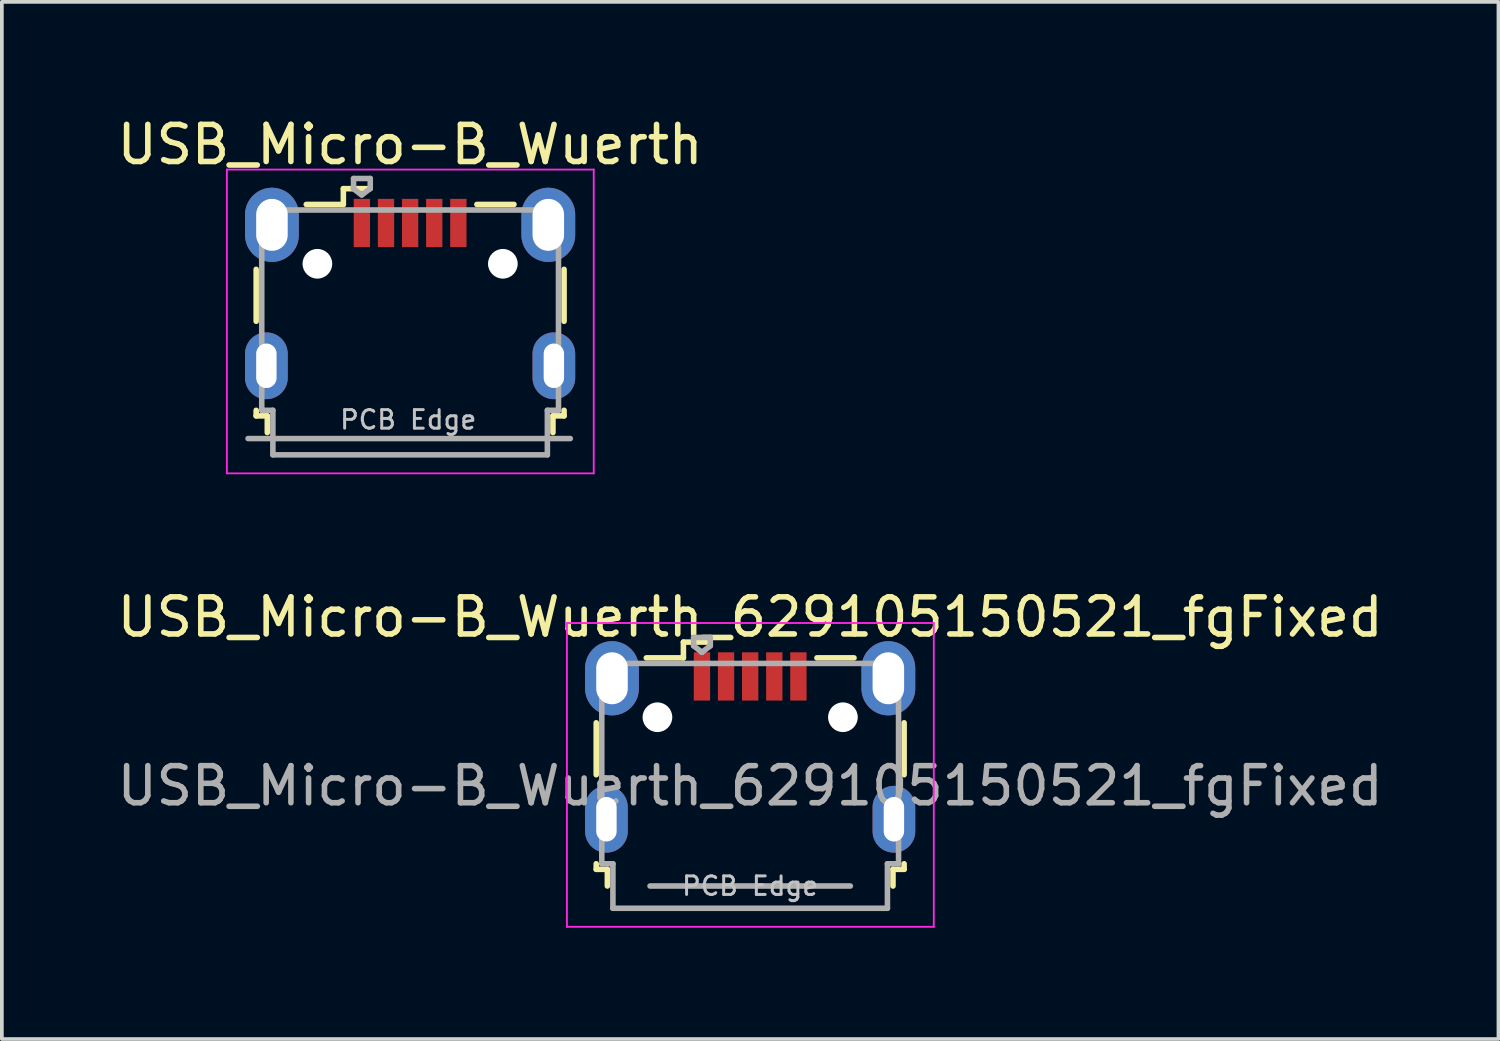
<source format=kicad_pcb>
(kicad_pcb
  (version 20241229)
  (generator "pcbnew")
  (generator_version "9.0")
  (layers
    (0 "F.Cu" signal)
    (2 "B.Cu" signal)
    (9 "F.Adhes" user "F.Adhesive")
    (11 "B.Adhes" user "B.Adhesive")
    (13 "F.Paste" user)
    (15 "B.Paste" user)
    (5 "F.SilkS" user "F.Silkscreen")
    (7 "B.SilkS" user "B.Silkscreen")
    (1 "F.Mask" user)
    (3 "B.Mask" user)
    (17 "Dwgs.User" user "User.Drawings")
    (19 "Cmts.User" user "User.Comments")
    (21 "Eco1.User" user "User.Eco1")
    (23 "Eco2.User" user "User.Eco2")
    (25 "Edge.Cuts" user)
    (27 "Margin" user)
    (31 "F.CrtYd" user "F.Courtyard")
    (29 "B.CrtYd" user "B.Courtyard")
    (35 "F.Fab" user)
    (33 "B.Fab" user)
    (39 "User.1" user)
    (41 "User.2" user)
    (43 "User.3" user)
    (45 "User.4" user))
  (footprint "USB_Micro-B_Wuerth"
    (layer "F.Cu")
    (at 8.006 4.861)
    (property "Reference" "USB_Micro-B_Wuerth" (at 0 -4.013 180) (layer "F.SilkS") (effects (font (size 1 1) (thickness 0.15))))
    (attr smd)
    (fp_line (start -4.15 -0.65) (end -4.15 0.75) (stroke (width 0.15) (type solid)) (layer "F.SilkS"))
    (fp_line (start -4.15 3.15) (end -4.15 3.3) (stroke (width 0.15) (type solid)) (layer "F.SilkS"))
    (fp_line (start -4.15 3.3) (end -3.85 3.3) (stroke (width 0.15) (type solid)) (layer "F.SilkS"))
    (fp_line (start -3.85 3.3) (end -3.85 3.75) (stroke (width 0.15) (type solid)) (layer "F.SilkS"))
    (fp_line (start -1.8 -2.825) (end -1.8 -2.4) (stroke (width 0.15) (type solid)) (layer "F.SilkS"))
    (fp_line (start -1.8 -2.4) (end -2.8 -2.4) (stroke (width 0.15) (type solid)) (layer "F.SilkS"))
    (fp_line (start -1.075 -2.825) (end -1.8 -2.825) (stroke (width 0.15) (type solid)) (layer "F.SilkS"))
    (fp_line (start 1.8 -2.4) (end 2.8 -2.4) (stroke (width 0.15) (type solid)) (layer "F.SilkS"))
    (fp_line (start 3.85 3.3) (end 4.15 3.3) (stroke (width 0.15) (type solid)) (layer "F.SilkS"))
    (fp_line (start 3.85 3.75) (end 3.85 3.3) (stroke (width 0.15) (type solid)) (layer "F.SilkS"))
    (fp_line (start 4.15 0.75) (end 4.15 -0.65) (stroke (width 0.15) (type solid)) (layer "F.SilkS"))
    (fp_line (start 4.15 3.3) (end 4.15 3.15) (stroke (width 0.15) (type solid)) (layer "F.SilkS"))
    (fp_line (start -4.94 -3.34) (end -4.94 4.85) (stroke (width 0.05) (type solid)) (layer "F.CrtYd"))
    (fp_line (start -4.94 4.85) (end 4.95 4.85) (stroke (width 0.05) (type solid)) (layer "F.CrtYd"))
    (fp_line (start 4.95 -3.34) (end -4.94 -3.34) (stroke (width 0.05) (type solid)) (layer "F.CrtYd"))
    (fp_line (start 4.95 4.85) (end 4.95 -3.34) (stroke (width 0.05) (type solid)) (layer "F.CrtYd"))
    (fp_line (start -4.369 3.912) (end 4.318 3.912) (stroke (width 0.15) (type solid)) (layer "F.Fab"))
    (fp_line (start -4 -2.25) (end -4 3.15) (stroke (width 0.15) (type solid)) (layer "F.Fab"))
    (fp_line (start -4 3.15) (end -3.7 3.15) (stroke (width 0.15) (type solid)) (layer "F.Fab"))
    (fp_line (start -3.7 3.15) (end -3.7 4.35) (stroke (width 0.15) (type solid)) (layer "F.Fab"))
    (fp_line (start -3.7 4.35) (end 3.7 4.35) (stroke (width 0.15) (type solid)) (layer "F.Fab"))
    (fp_line (start -1.525 -3.099) (end -1.075 -3.099) (stroke (width 0.15) (type solid)) (layer "F.Fab"))
    (fp_line (start -1.525 -2.874) (end -1.525 -3.099) (stroke (width 0.15) (type solid)) (layer "F.Fab"))
    (fp_line (start -1.31 -2.656) (end -1.535 -2.831) (stroke (width 0.15) (type solid)) (layer "F.Fab"))
    (fp_line (start -1.075 -3.099) (end -1.075 -2.845) (stroke (width 0.15) (type solid)) (layer "F.Fab"))
    (fp_line (start -1.075 -2.831) (end -1.3 -2.656) (stroke (width 0.15) (type solid)) (layer "F.Fab"))
    (fp_line (start 3.7 3.15) (end 4 3.15) (stroke (width 0.15) (type solid)) (layer "F.Fab"))
    (fp_line (start 3.7 4.35) (end 3.7 3.15) (stroke (width 0.15) (type solid)) (layer "F.Fab"))
    (fp_line (start 4 -2.25) (end -4 -2.25) (stroke (width 0.15) (type solid)) (layer "F.Fab"))
    (fp_line (start 4 3.15) (end 4 -2.25) (stroke (width 0.15) (type solid)) (layer "F.Fab"))
    (fp_text user "PCB Edge" (at -0.051 3.404 180) (layer "Dwgs.User") (effects (font (size 0.5 0.5) (thickness 0.08))))
    (pad "" np_thru_hole oval (at -2.5 -0.8) (size 0.8 0.8) (drill 0.8) (layers "*.Cu" "*.Mask"))
    (pad "" np_thru_hole oval (at 2.5 -0.8) (size 0.8 0.8) (drill 0.8) (layers "*.Cu" "*.Mask"))
    (pad "1" smd rect (at -1.3 -1.9) (size 0.44 1.3) (layers "F.Cu" "F.Mask" "F.Paste"))
    (pad "2" smd rect (at -0.65 -1.9) (size 0.44 1.3) (layers "F.Cu" "F.Mask" "F.Paste"))
    (pad "3" smd rect (at 0 -1.9) (size 0.44 1.3) (layers "F.Cu" "F.Mask" "F.Paste"))
    (pad "4" smd rect (at 0.65 -1.9) (size 0.44 1.3) (layers "F.Cu" "F.Mask" "F.Paste"))
    (pad "5" smd rect (at 1.3 -1.9) (size 0.44 1.3) (layers "F.Cu" "F.Mask" "F.Paste"))
    (pad "6" thru_hole oval (at -3.875 1.95) (size 1.15 1.8) (drill oval 0.55 1.2) (layers "*.Cu" "*.Mask"))
    (pad "6" thru_hole oval (at -3.725 -1.85) (size 1.45 2) (drill oval 0.85 1.4) (layers "*.Cu" "*.Mask"))
    (pad "6" thru_hole oval (at 3.725 -1.85) (size 1.45 2) (drill oval 0.85 1.4) (layers "*.Cu" "*.Mask"))
    (pad "6" thru_hole oval (at 3.875 1.95) (size 1.15 1.8) (drill oval 0.55 1.2) (layers "*.Cu" "*.Mask")))
  (footprint "USB_Micro-B_Wuerth_629105150521_fgFixed"
    (layer "F.Cu")
    (at 17.173 17.085)
    (property "Reference" "USB_Micro-B_Wuerth_629105150521_fgFixed" (at 0 -3.5 180) (layer "F.SilkS") (effects (font (size 1 1) (thickness 0.15))))
    (attr smd)
    (fp_line (start -4.15 -0.65) (end -4.15 0.75) (stroke (width 0.15) (type solid)) (layer "F.SilkS"))
    (fp_line (start -4.15 3.15) (end -4.15 3.3) (stroke (width 0.15) (type solid)) (layer "F.SilkS"))
    (fp_line (start -4.15 3.3) (end -3.85 3.3) (stroke (width 0.15) (type solid)) (layer "F.SilkS"))
    (fp_line (start -3.85 3.3) (end -3.85 3.75) (stroke (width 0.15) (type solid)) (layer "F.SilkS"))
    (fp_line (start -1.8 -2.825) (end -1.8 -2.4) (stroke (width 0.15) (type solid)) (layer "F.SilkS"))
    (fp_line (start -1.8 -2.4) (end -2.8 -2.4) (stroke (width 0.15) (type solid)) (layer "F.SilkS"))
    (fp_line (start -1.075 -2.825) (end -1.8 -2.825) (stroke (width 0.15) (type solid)) (layer "F.SilkS"))
    (fp_line (start 1.8 -2.4) (end 2.8 -2.4) (stroke (width 0.15) (type solid)) (layer "F.SilkS"))
    (fp_line (start 3.85 3.3) (end 4.15 3.3) (stroke (width 0.15) (type solid)) (layer "F.SilkS"))
    (fp_line (start 3.85 3.75) (end 3.85 3.3) (stroke (width 0.15) (type solid)) (layer "F.SilkS"))
    (fp_line (start 4.15 0.75) (end 4.15 -0.65) (stroke (width 0.15) (type solid)) (layer "F.SilkS"))
    (fp_line (start 4.15 3.3) (end 4.15 3.15) (stroke (width 0.15) (type solid)) (layer "F.SilkS"))
    (fp_line (start -4.94 -3.34) (end -4.94 4.85) (stroke (width 0.05) (type solid)) (layer "F.CrtYd"))
    (fp_line (start -4.94 4.85) (end 4.95 4.85) (stroke (width 0.05) (type solid)) (layer "F.CrtYd"))
    (fp_line (start 4.95 -3.34) (end -4.94 -3.34) (stroke (width 0.05) (type solid)) (layer "F.CrtYd"))
    (fp_line (start 4.95 4.85) (end 4.95 -3.34) (stroke (width 0.05) (type solid)) (layer "F.CrtYd"))
    (fp_line (start -4 -2.25) (end -4 3.15) (stroke (width 0.15) (type solid)) (layer "F.Fab"))
    (fp_line (start -4 3.15) (end -3.7 3.15) (stroke (width 0.15) (type solid)) (layer "F.Fab"))
    (fp_line (start -3.7 3.15) (end -3.7 4.35) (stroke (width 0.15) (type solid)) (layer "F.Fab"))
    (fp_line (start -3.7 4.35) (end 3.7 4.35) (stroke (width 0.15) (type solid)) (layer "F.Fab"))
    (fp_line (start -2.7 3.75) (end 2.7 3.75) (stroke (width 0.15) (type solid)) (layer "F.Fab"))
    (fp_line (start -1.525 -2.95) (end -1.075 -2.95) (stroke (width 0.15) (type solid)) (layer "F.Fab"))
    (fp_line (start -1.525 -2.725) (end -1.525 -2.95) (stroke (width 0.15) (type solid)) (layer "F.Fab"))
    (fp_line (start -1.3 -2.55) (end -1.525 -2.725) (stroke (width 0.15) (type solid)) (layer "F.Fab"))
    (fp_line (start -1.075 -2.95) (end -1.075 -2.725) (stroke (width 0.15) (type solid)) (layer "F.Fab"))
    (fp_line (start -1.075 -2.725) (end -1.3 -2.55) (stroke (width 0.15) (type solid)) (layer "F.Fab"))
    (fp_line (start 3.7 3.15) (end 4 3.15) (stroke (width 0.15) (type solid)) (layer "F.Fab"))
    (fp_line (start 3.7 4.35) (end 3.7 3.15) (stroke (width 0.15) (type solid)) (layer "F.Fab"))
    (fp_line (start 4 -2.25) (end -4 -2.25) (stroke (width 0.15) (type solid)) (layer "F.Fab"))
    (fp_line (start 4 3.15) (end 4 -2.25) (stroke (width 0.15) (type solid)) (layer "F.Fab"))
    (fp_text user "PCB Edge" (at 0 3.75 180) (layer "Dwgs.User") (effects (font (size 0.5 0.5) (thickness 0.08))))
    (fp_text user "${REFERENCE}" (at 0 1.05 180) (layer "F.Fab") (effects (font (size 1 1) (thickness 0.15))))
    (pad "" np_thru_hole oval (at -2.5 -0.8) (size 0.8 0.8) (drill 0.8) (layers "*.Cu" "*.Mask"))
    (pad "" np_thru_hole oval (at 2.5 -0.8) (size 0.8 0.8) (drill 0.8) (layers "*.Cu" "*.Mask"))
    (pad "1" smd rect (at -1.3 -1.9) (size 0.44 1.3) (layers "F.Cu" "F.Mask" "F.Paste"))
    (pad "2" smd rect (at -0.65 -1.9) (size 0.44 1.3) (layers "F.Cu" "F.Mask" "F.Paste"))
    (pad "3" smd rect (at 0 -1.9) (size 0.44 1.3) (layers "F.Cu" "F.Mask" "F.Paste"))
    (pad "4" smd rect (at 0.65 -1.9) (size 0.44 1.3) (layers "F.Cu" "F.Mask" "F.Paste"))
    (pad "5" smd rect (at 1.3 -1.9) (size 0.44 1.3) (layers "F.Cu" "F.Mask" "F.Paste"))
    (pad "6" thru_hole oval (at -3.875 1.95) (size 1.15 1.8) (drill oval 0.55 1.2) (layers "*.Cu" "*.Mask"))
    (pad "6" thru_hole oval (at -3.725 -1.85) (size 1.45 2) (drill oval 0.85 1.4) (layers "*.Cu" "*.Mask"))
    (pad "6" thru_hole oval (at 3.725 -1.85) (size 1.45 2) (drill oval 0.85 1.4) (layers "*.Cu" "*.Mask"))
    (pad "6" thru_hole oval (at 3.875 1.95) (size 1.15 1.8) (drill oval 0.55 1.2) (layers "*.Cu" "*.Mask")))
  (gr_rect
    (start -3 -3)
    (end 37.345 24.96)
    (stroke (width 0.1) (type default))
    (fill no)
    (layer "Edge.Cuts")))
</source>
